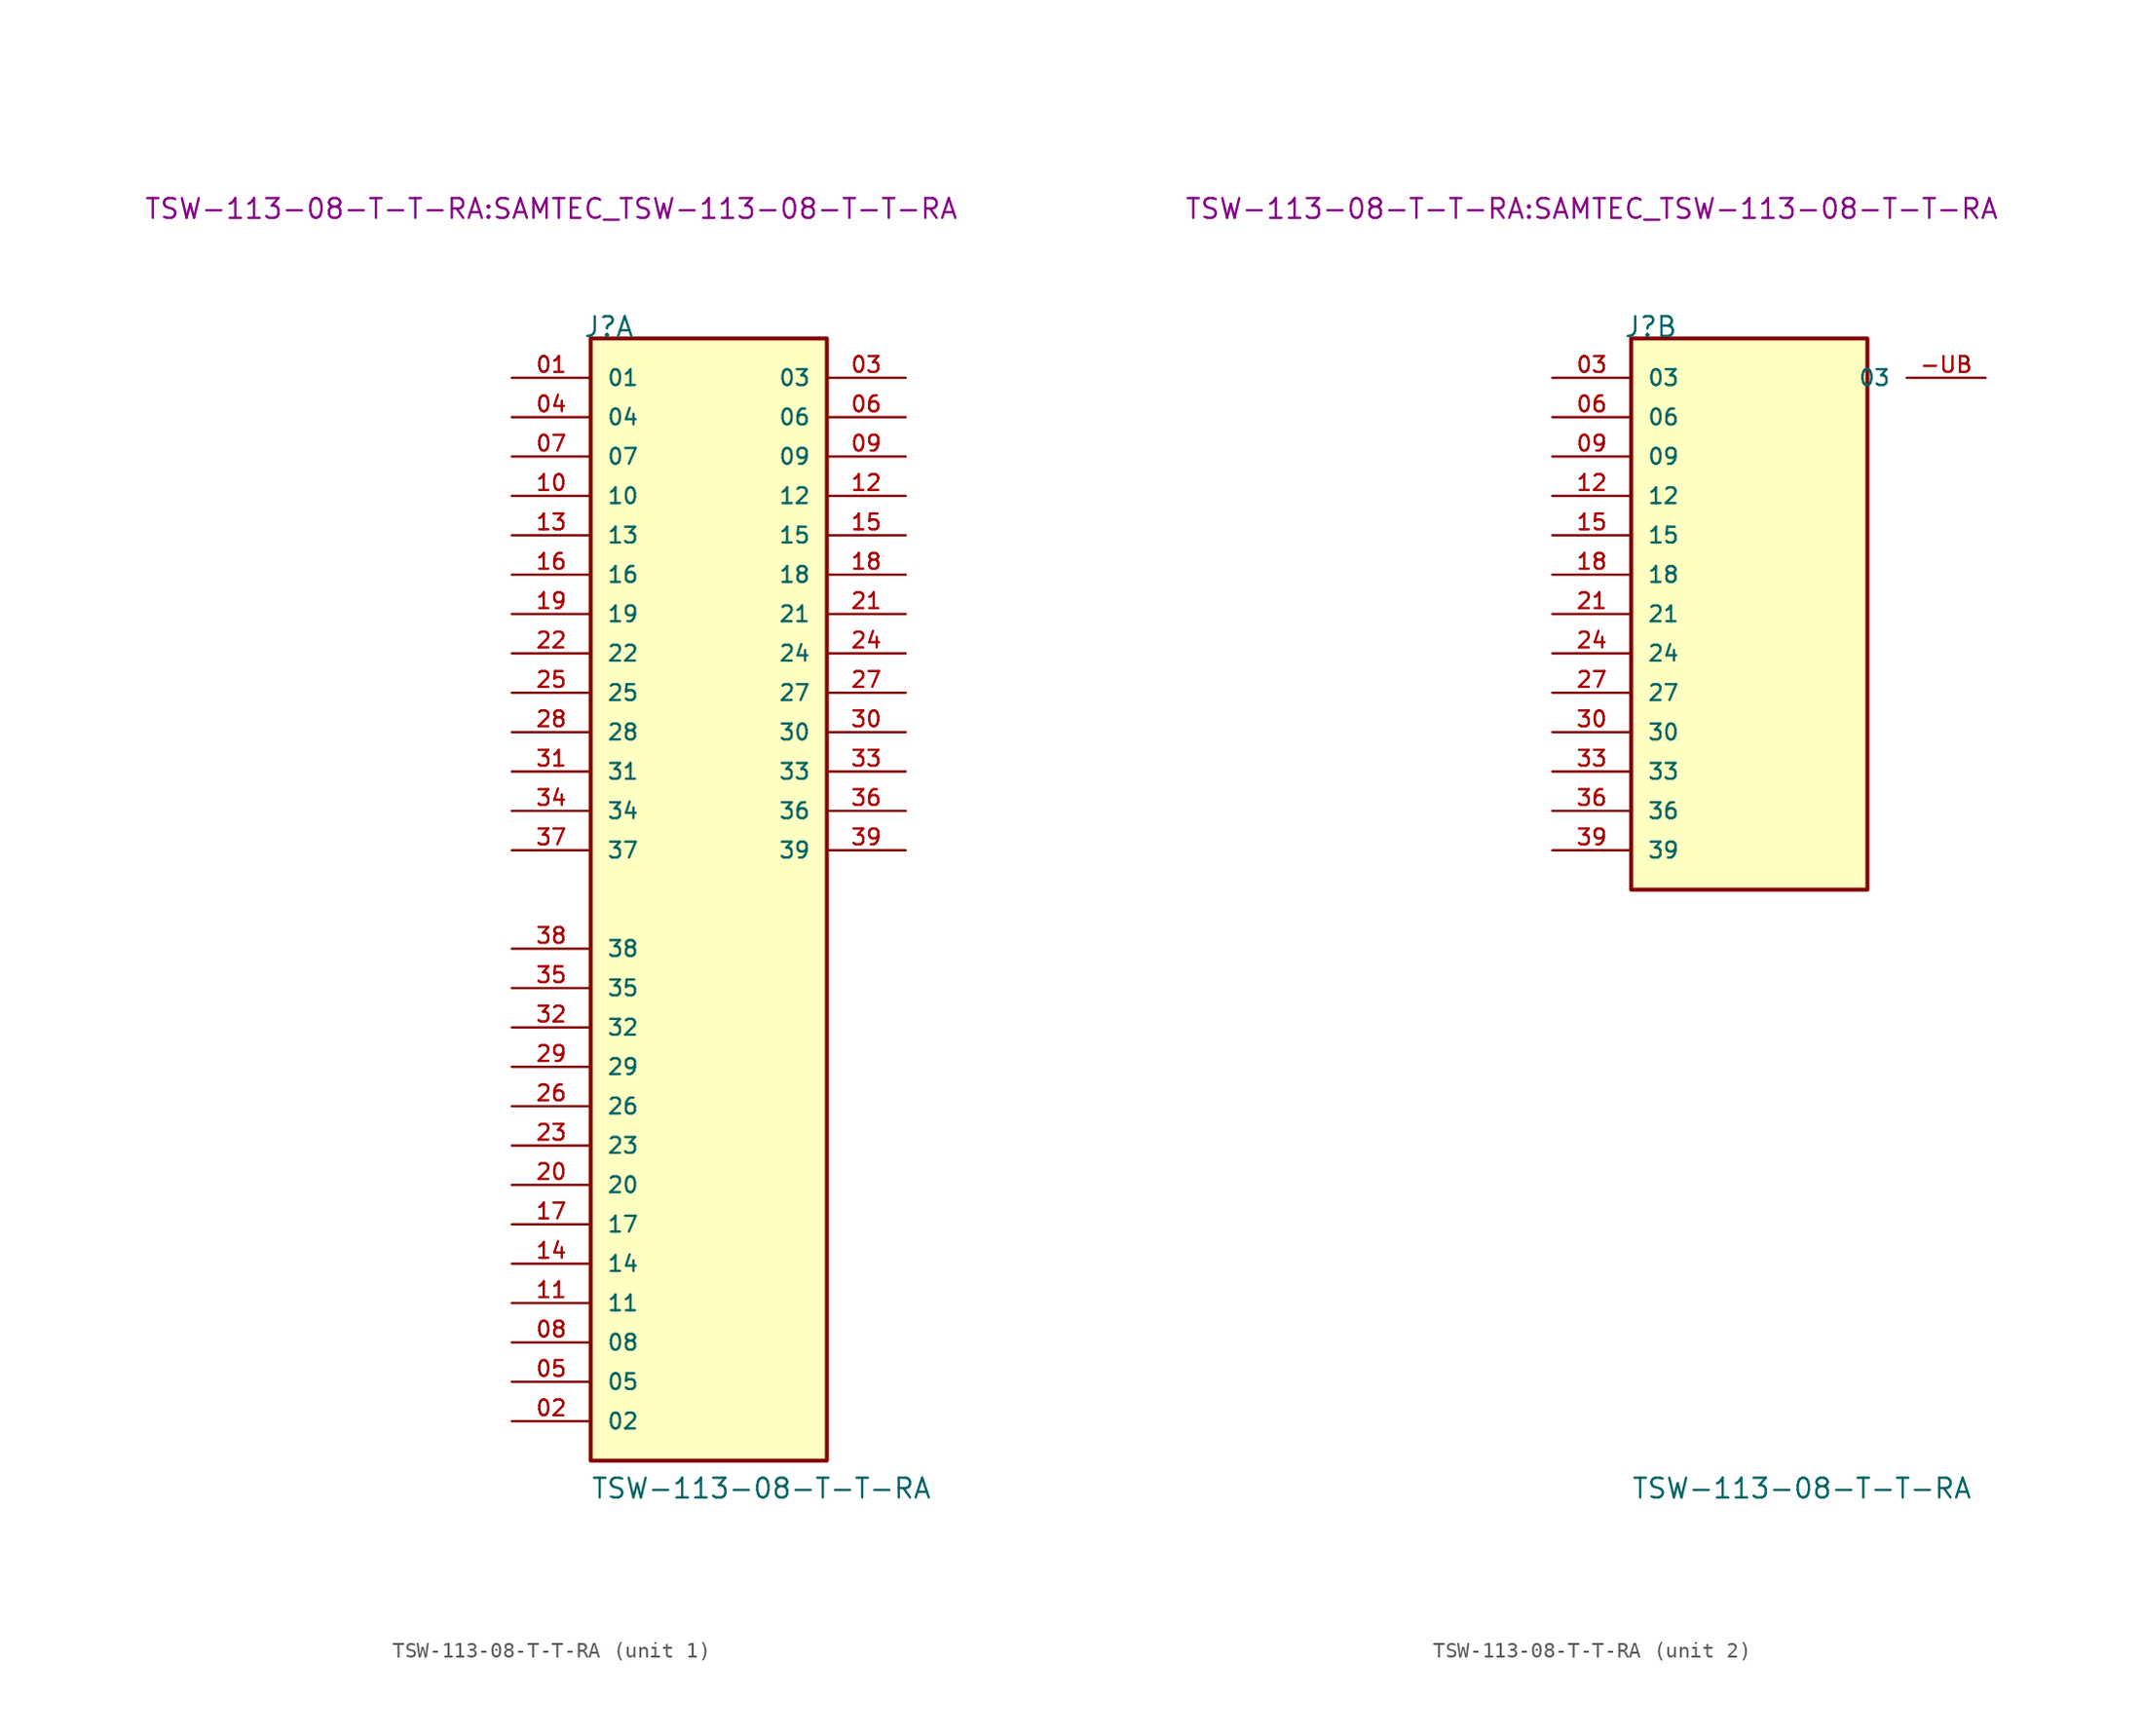
<source format=kicad_sym>
(kicad_symbol_lib
  (version 20231120)
  (generator "kicad_symbol_editor")
  (generator_version "8.0")
  (symbol "TSW-113-08-T-T-RA"
    (pin_names
      (offset 1.016))
    (property "Reference" "J"
      (at -8.12 17.78 0)
      (effects (font (size 1.27 1.27)) (justify left bottom)))
    (property "Value" "TSW-113-08-T-T-RA"
      (at -7.62 -57.15 0)
      (effects (font (size 1.27 1.27)) (justify left bottom)))
    (property "Footprint" "TSW-113-08-T-T-RA:SAMTEC_TSW-113-08-T-T-RA"
      (at -10.16 25.4 0)
      (effects (font (size 1.27 1.27)) (justify bottom)))
    (symbol "TSW-113-08-T-T-RA_1_0"
      (rectangle (start -7.62 17.78) (end 7.62 -54.61) (stroke (width 0.254) (type default)) (fill (type background)))
      (pin passive line (at -12.7 15.24 0) (length 5.08) (name "01" (effects (font (size 1.016 1.016)))) (number "01" (effects (font (size 1.016 1.016)))))
      (pin passive line (at -12.7 -52.07 0) (length 5.08) (name "02" (effects (font (size 1.016 1.016)))) (number "02" (effects (font (size 1.016 1.016)))))
      (pin passive line (at -12.7 12.7 0) (length 5.08) (name "04" (effects (font (size 1.016 1.016)))) (number "04" (effects (font (size 1.016 1.016)))))
      (pin passive line (at -12.7 -49.53 0) (length 5.08) (name "05" (effects (font (size 1.016 1.016)))) (number "05" (effects (font (size 1.016 1.016)))))
      (pin passive line (at -12.7 10.16 0) (length 5.08) (name "07" (effects (font (size 1.016 1.016)))) (number "07" (effects (font (size 1.016 1.016)))))
      (pin passive line (at -12.7 -46.99 0) (length 5.08) (name "08" (effects (font (size 1.016 1.016)))) (number "08" (effects (font (size 1.016 1.016)))))
      (pin passive line (at -12.7 7.62 0) (length 5.08) (name "10" (effects (font (size 1.016 1.016)))) (number "10" (effects (font (size 1.016 1.016)))))
      (pin passive line (at -12.7 -44.45 0) (length 5.08) (name "11" (effects (font (size 1.016 1.016)))) (number "11" (effects (font (size 1.016 1.016)))))
      (pin passive line (at -12.7 5.08 0) (length 5.08) (name "13" (effects (font (size 1.016 1.016)))) (number "13" (effects (font (size 1.016 1.016)))))
      (pin passive line (at -12.7 -41.91 0) (length 5.08) (name "14" (effects (font (size 1.016 1.016)))) (number "14" (effects (font (size 1.016 1.016)))))
      (pin passive line (at -12.7 2.54 0) (length 5.08) (name "16" (effects (font (size 1.016 1.016)))) (number "16" (effects (font (size 1.016 1.016)))))
      (pin passive line (at -12.7 -39.37 0) (length 5.08) (name "17" (effects (font (size 1.016 1.016)))) (number "17" (effects (font (size 1.016 1.016)))))
      (pin passive line (at -12.7 0 0) (length 5.08) (name "19" (effects (font (size 1.016 1.016)))) (number "19" (effects (font (size 1.016 1.016)))))
      (pin passive line (at -12.7 -36.83 0) (length 5.08) (name "20" (effects (font (size 1.016 1.016)))) (number "20" (effects (font (size 1.016 1.016)))))
      (pin passive line (at -12.7 -2.54 0) (length 5.08) (name "22" (effects (font (size 1.016 1.016)))) (number "22" (effects (font (size 1.016 1.016)))))
      (pin passive line (at -12.7 -34.29 0) (length 5.08) (name "23" (effects (font (size 1.016 1.016)))) (number "23" (effects (font (size 1.016 1.016)))))
      (pin passive line (at -12.7 -5.08 0) (length 5.08) (name "25" (effects (font (size 1.016 1.016)))) (number "25" (effects (font (size 1.016 1.016)))))
      (pin passive line (at -12.7 -31.75 0) (length 5.08) (name "26" (effects (font (size 1.016 1.016)))) (number "26" (effects (font (size 1.016 1.016)))))
      (pin passive line (at -12.7 -7.62 0) (length 5.08) (name "28" (effects (font (size 1.016 1.016)))) (number "28" (effects (font (size 1.016 1.016)))))
      (pin passive line (at -12.7 -29.21 0) (length 5.08) (name "29" (effects (font (size 1.016 1.016)))) (number "29" (effects (font (size 1.016 1.016)))))
      (pin passive line (at -12.7 -10.16 0) (length 5.08) (name "31" (effects (font (size 1.016 1.016)))) (number "31" (effects (font (size 1.016 1.016)))))
      (pin passive line (at -12.7 -26.67 0) (length 5.08) (name "32" (effects (font (size 1.016 1.016)))) (number "32" (effects (font (size 1.016 1.016)))))
      (pin passive line (at -12.7 -12.7 0) (length 5.08) (name "34" (effects (font (size 1.016 1.016)))) (number "34" (effects (font (size 1.016 1.016)))))
      (pin passive line (at -12.7 -24.13 0) (length 5.08) (name "35" (effects (font (size 1.016 1.016)))) (number "35" (effects (font (size 1.016 1.016)))))
      (pin passive line (at -12.7 -15.24 0) (length 5.08) (name "37" (effects (font (size 1.016 1.016)))) (number "37" (effects (font (size 1.016 1.016)))))
      (pin passive line (at -12.7 -21.59 0) (length 5.08) (name "38" (effects (font (size 1.016 1.016)))) (number "38" (effects (font (size 1.016 1.016))))))
    (symbol "TSW-113-08-T-T-RA_1_1"
      (pin input line (at 12.7 15.24 180) (length 5.08) (name "03" (effects (font (size 1.016 1.016)))) (number "03" (effects (font (size 1.016 1.016)))))
      (pin input line (at 12.7 12.7 180) (length 5.08) (name "06" (effects (font (size 1.016 1.016)))) (number "06" (effects (font (size 1.016 1.016)))))
      (pin input line (at 12.7 10.16 180) (length 5.08) (name "09" (effects (font (size 1.016 1.016)))) (number "09" (effects (font (size 1.016 1.016)))))
      (pin input line (at 12.7 7.62 180) (length 5.08) (name "12" (effects (font (size 1.016 1.016)))) (number "12" (effects (font (size 1.016 1.016)))))
      (pin input line (at 12.7 5.08 180) (length 5.08) (name "15" (effects (font (size 1.016 1.016)))) (number "15" (effects (font (size 1.016 1.016)))))
      (pin input line (at 12.7 2.54 180) (length 5.08) (name "18" (effects (font (size 1.016 1.016)))) (number "18" (effects (font (size 1.016 1.016)))))
      (pin input line (at 12.7 0 180) (length 5.08) (name "21" (effects (font (size 1.016 1.016)))) (number "21" (effects (font (size 1.016 1.016)))))
      (pin input line (at 12.7 -2.54 180) (length 5.08) (name "24" (effects (font (size 1.016 1.016)))) (number "24" (effects (font (size 1.016 1.016)))))
      (pin input line (at 12.7 -5.08 180) (length 5.08) (name "27" (effects (font (size 1.016 1.016)))) (number "27" (effects (font (size 1.016 1.016)))))
      (pin input line (at 12.7 -7.62 180) (length 5.08) (name "30" (effects (font (size 1.016 1.016)))) (number "30" (effects (font (size 1.016 1.016)))))
      (pin input line (at 12.7 -10.16 180) (length 5.08) (name "33" (effects (font (size 1.016 1.016)))) (number "33" (effects (font (size 1.016 1.016)))))
      (pin input line (at 12.7 -12.7 180) (length 5.08) (name "36" (effects (font (size 1.016 1.016)))) (number "36" (effects (font (size 1.016 1.016)))))
      (pin input line (at 12.7 -15.24 180) (length 5.08) (name "39" (effects (font (size 1.016 1.016)))) (number "39" (effects (font (size 1.016 1.016))))))
    (symbol "TSW-113-08-T-T-RA_2_0"
      (rectangle (start -7.62 -17.78) (end 7.62 17.78) (stroke (width 0.254) (type default)) (fill (type background)))
      (pin passive line (at -12.7 15.24 0) (length 5.08) (name "03" (effects (font (size 1.016 1.016)))) (number "03" (effects (font (size 1.016 1.016)))))
      (pin passive line (at -12.7 12.7 0) (length 5.08) (name "06" (effects (font (size 1.016 1.016)))) (number "06" (effects (font (size 1.016 1.016)))))
      (pin passive line (at -12.7 10.16 0) (length 5.08) (name "09" (effects (font (size 1.016 1.016)))) (number "09" (effects (font (size 1.016 1.016)))))
      (pin passive line (at -12.7 7.62 0) (length 5.08) (name "12" (effects (font (size 1.016 1.016)))) (number "12" (effects (font (size 1.016 1.016)))))
      (pin passive line (at -12.7 5.08 0) (length 5.08) (name "15" (effects (font (size 1.016 1.016)))) (number "15" (effects (font (size 1.016 1.016)))))
      (pin passive line (at -12.7 2.54 0) (length 5.08) (name "18" (effects (font (size 1.016 1.016)))) (number "18" (effects (font (size 1.016 1.016)))))
      (pin passive line (at -12.7 0 0) (length 5.08) (name "21" (effects (font (size 1.016 1.016)))) (number "21" (effects (font (size 1.016 1.016)))))
      (pin passive line (at -12.7 -2.54 0) (length 5.08) (name "24" (effects (font (size 1.016 1.016)))) (number "24" (effects (font (size 1.016 1.016)))))
      (pin passive line (at -12.7 -5.08 0) (length 5.08) (name "27" (effects (font (size 1.016 1.016)))) (number "27" (effects (font (size 1.016 1.016)))))
      (pin passive line (at -12.7 -7.62 0) (length 5.08) (name "30" (effects (font (size 1.016 1.016)))) (number "30" (effects (font (size 1.016 1.016)))))
      (pin passive line (at -12.7 -10.16 0) (length 5.08) (name "33" (effects (font (size 1.016 1.016)))) (number "33" (effects (font (size 1.016 1.016)))))
      (pin passive line (at -12.7 -12.7 0) (length 5.08) (name "36" (effects (font (size 1.016 1.016)))) (number "36" (effects (font (size 1.016 1.016)))))
      (pin passive line (at -12.7 -15.24 0) (length 5.08) (name "39" (effects (font (size 1.016 1.016)))) (number "39" (effects (font (size 1.016 1.016))))))
    (symbol "TSW-113-08-T-T-RA_2_1"
      (pin input line (at 15.24 15.24 180) (length 5.08) (name "03" (effects (font (size 1.016 1.016)))) (number "-UB" (effects (font (size 1.016 1.016))))))))
</source>
